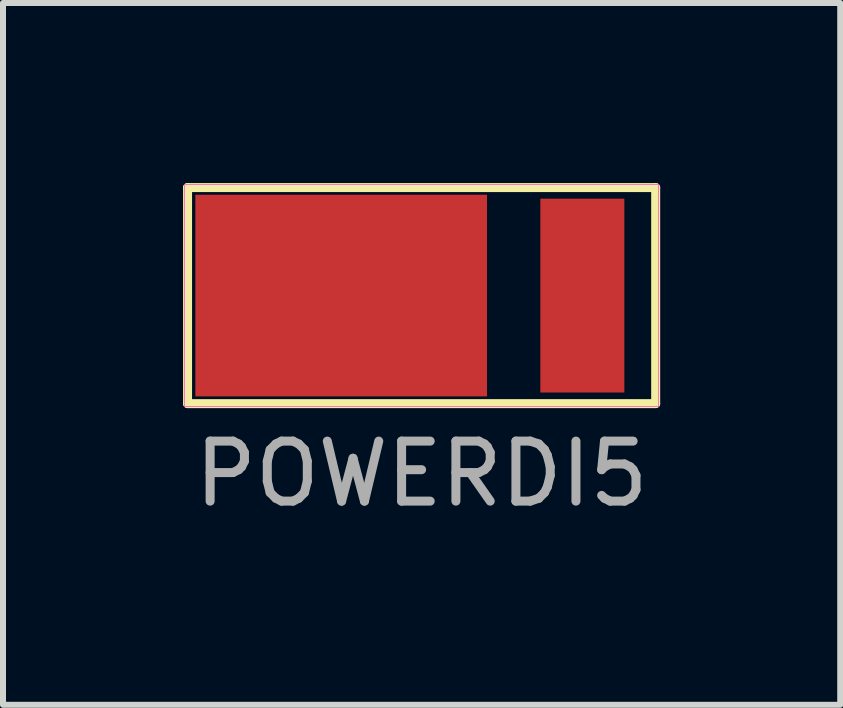
<source format=kicad_pcb>
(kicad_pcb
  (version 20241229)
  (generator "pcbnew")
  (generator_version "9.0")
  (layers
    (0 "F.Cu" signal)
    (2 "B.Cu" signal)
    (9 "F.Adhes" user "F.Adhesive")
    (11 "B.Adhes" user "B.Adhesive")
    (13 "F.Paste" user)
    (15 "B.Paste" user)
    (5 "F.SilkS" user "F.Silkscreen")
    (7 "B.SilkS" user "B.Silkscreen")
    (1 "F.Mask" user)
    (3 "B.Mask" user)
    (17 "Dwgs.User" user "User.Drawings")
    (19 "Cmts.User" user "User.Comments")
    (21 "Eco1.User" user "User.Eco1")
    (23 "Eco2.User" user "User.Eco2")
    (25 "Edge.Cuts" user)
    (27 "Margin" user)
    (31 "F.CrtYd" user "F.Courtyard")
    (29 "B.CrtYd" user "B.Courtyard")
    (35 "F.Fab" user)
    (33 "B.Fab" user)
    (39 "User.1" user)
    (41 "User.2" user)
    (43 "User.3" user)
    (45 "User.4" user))
  (footprint "POWERDI5"
    (layer "F.Cu")
    (at 3.975 1.875)
    (property "Reference" "POWERDI5" (at 0 2.97 0) (layer "F.Fab") (effects (font (size 1 1) (thickness 0.15))))
    (attr through_hole)
    (fp_line (start -3.9 -1.8) (end 3.9 -1.8) (stroke (width 0.15) (type solid)) (layer "F.SilkS"))
    (fp_line (start -3.9 1.8) (end -3.9 -1.8) (stroke (width 0.15) (type solid)) (layer "F.SilkS"))
    (fp_line (start 3.9 -1.8) (end 3.9 1.8) (stroke (width 0.15) (type solid)) (layer "F.SilkS"))
    (fp_line (start 3.9 1.8) (end -3.9 1.8) (stroke (width 0.15) (type solid)) (layer "F.SilkS"))
    (fp_line (start -3.95 -1.85) (end 3.95 -1.85) (stroke (width 0.01) (type solid)) (layer "F.CrtYd"))
    (fp_line (start -3.95 1.85) (end -3.95 -1.85) (stroke (width 0.01) (type solid)) (layer "F.CrtYd"))
    (fp_line (start 3.95 -1.85) (end 3.95 1.85) (stroke (width 0.01) (type solid)) (layer "F.CrtYd"))
    (fp_line (start 3.95 1.85) (end -3.95 1.85) (stroke (width 0.01) (type solid)) (layer "F.CrtYd"))
    (pad "1" smd rect (at -1.34 0) (size 4.86 3.36) (layers "F.Cu" "F.Mask" "F.Paste"))
    (pad "2" smd rect (at 2.678 0) (size 1.4 3.23) (layers "F.Cu" "F.Mask" "F.Paste")))
  (gr_rect
    (start -3 -3)
    (end 10.95 8.693)
    (stroke (width 0.1) (type default))
    (fill no)
    (layer "Edge.Cuts")))
</source>
